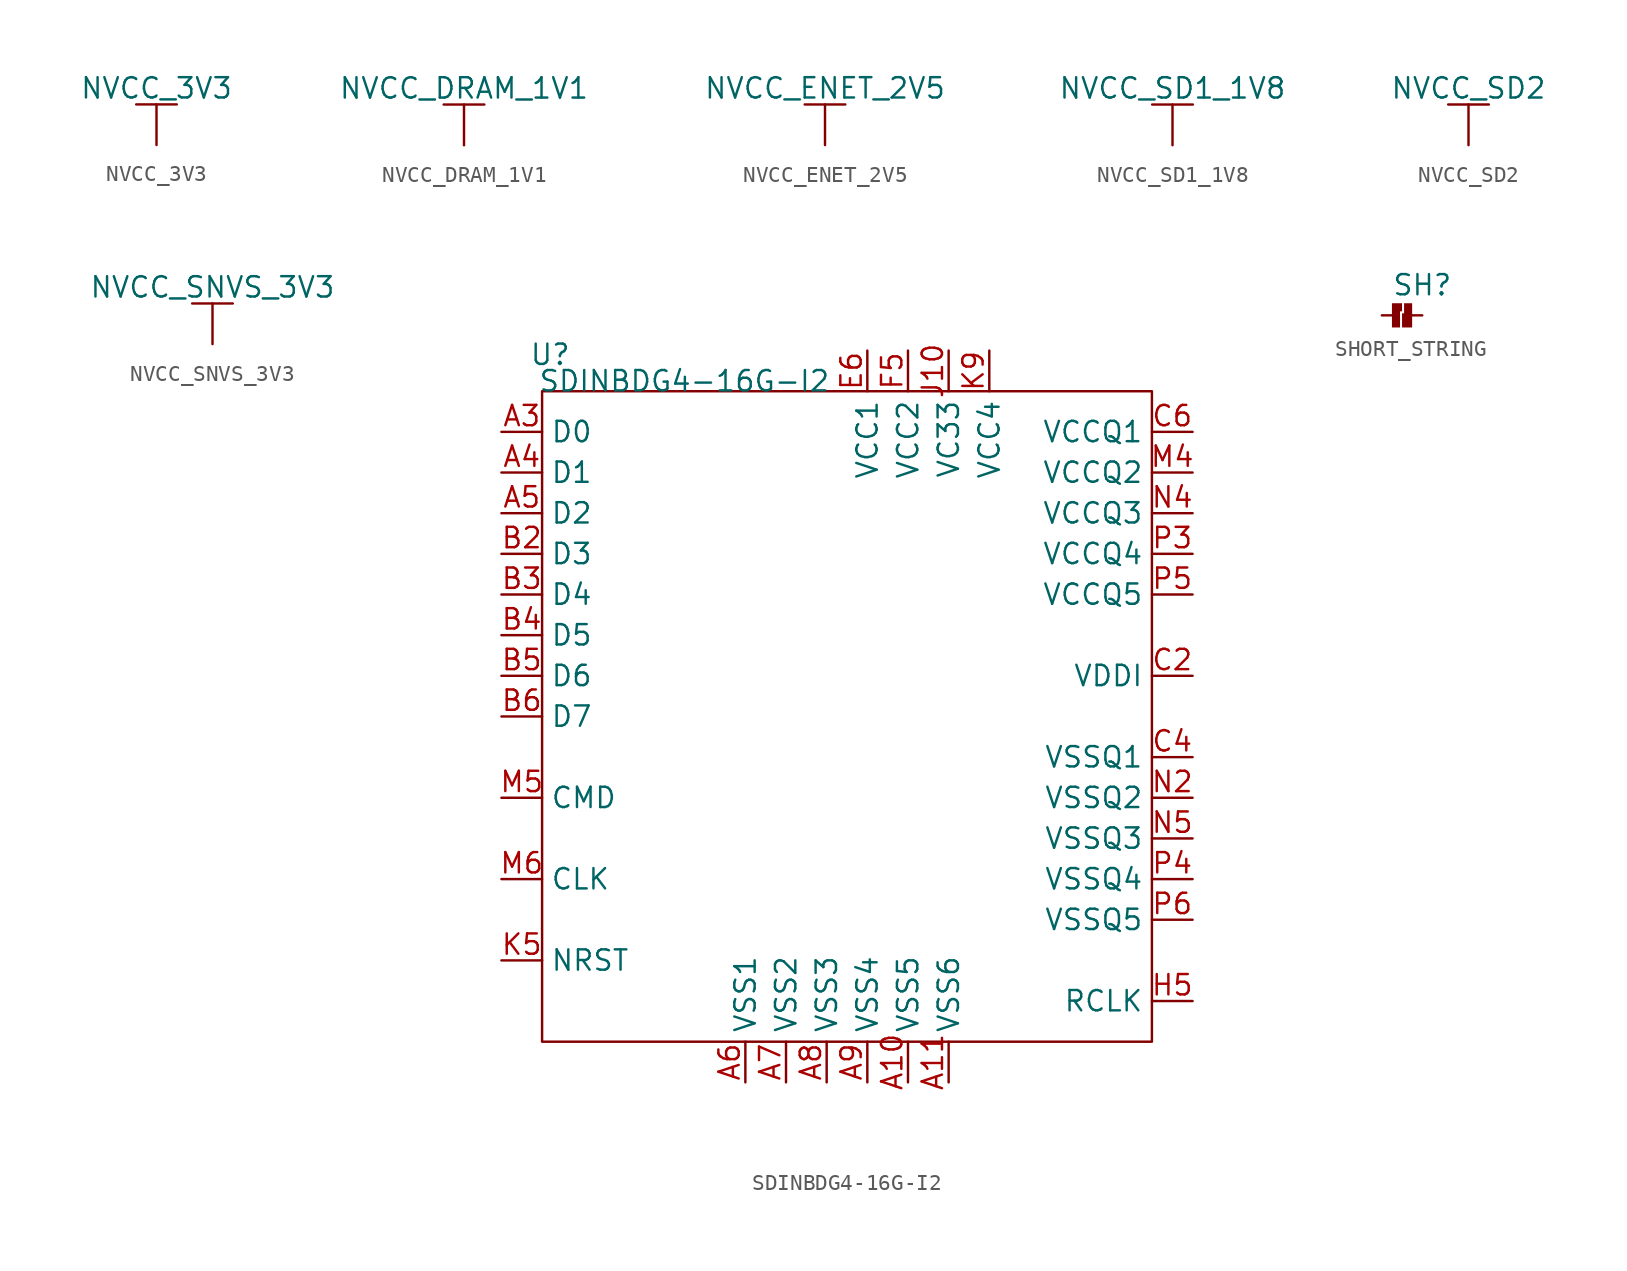
<source format=kicad_sym>
(kicad_symbol_lib
  (version 20230620)
  (generator kicad_symbol_editor)
  (symbol "NVCC_3V3"
    (power)
    (pin_numbers hide)
    (pin_names
      (offset 0) hide)
    (property "Reference" "#PWR"
      (at 0 -1.27 0)
      (effects (font (size 1.27 1.27)) hide))
    (property "Value" "NVCC_3V3"
      (at 0 3.556 0)
      (effects (font (size 1.27 1.27))))
    (symbol "NVCC_3V3_0_1"
      (polyline (pts (xy 0 0) (xy 0 2.54)) (stroke (width 0) (type default)) (fill (type none)))
      (polyline (pts (xy 1.27 2.54) (xy -1.27 2.54)) (stroke (width 0) (type default)) (fill (type none))))
    (symbol "NVCC_3V3_1_1"
      (pin power_in line (at 0 0 90) (length 0) hide (name "NVCC_3V3" (effects (font (size 1.27 1.27)))) (number "1" (effects (font (size 1.27 1.27)))))))
  (symbol "NVCC_DRAM_1V1"
    (power)
    (pin_numbers hide)
    (pin_names
      (offset 0) hide)
    (property "Reference" "#PWR"
      (at 0 -1.27 0)
      (effects (font (size 1.27 1.27)) hide))
    (property "Value" "NVCC_DRAM_1V1"
      (at 0 3.556 0)
      (effects (font (size 1.27 1.27))))
    (symbol "NVCC_DRAM_1V1_0_1"
      (polyline (pts (xy 0 0) (xy 0 2.54)) (stroke (width 0) (type default)) (fill (type none)))
      (polyline (pts (xy 1.27 2.54) (xy -1.27 2.54)) (stroke (width 0) (type default)) (fill (type none))))
    (symbol "NVCC_DRAM_1V1_1_1"
      (pin power_in line (at 0 0 90) (length 0) hide (name "NVCC_DRAM_1V1" (effects (font (size 1.27 1.27)))) (number "1" (effects (font (size 1.27 1.27)))))))
  (symbol "NVCC_ENET_2V5"
    (power)
    (pin_numbers hide)
    (pin_names
      (offset 0) hide)
    (property "Reference" "#PWR"
      (at 0 -1.27 0)
      (effects (font (size 1.27 1.27)) hide))
    (property "Value" "NVCC_ENET_2V5"
      (at 0 3.556 0)
      (effects (font (size 1.27 1.27))))
    (symbol "NVCC_ENET_2V5_0_1"
      (polyline (pts (xy 0 0) (xy 0 2.54)) (stroke (width 0) (type default)) (fill (type none)))
      (polyline (pts (xy 1.27 2.54) (xy -1.27 2.54)) (stroke (width 0) (type default)) (fill (type none))))
    (symbol "NVCC_ENET_2V5_1_1"
      (pin power_in line (at 0 0 90) (length 0) hide (name "NVCC_ENET_2V5" (effects (font (size 1.27 1.27)))) (number "1" (effects (font (size 1.27 1.27)))))))
  (symbol "NVCC_SD1_1V8"
    (power)
    (pin_numbers hide)
    (pin_names
      (offset 0) hide)
    (property "Reference" "#PWR"
      (at 0 -1.27 0)
      (effects (font (size 1.27 1.27)) hide))
    (property "Value" "NVCC_SD1_1V8"
      (at 0 3.556 0)
      (effects (font (size 1.27 1.27))))
    (symbol "NVCC_SD1_1V8_0_1"
      (polyline (pts (xy 0 0) (xy 0 2.54)) (stroke (width 0) (type default)) (fill (type none)))
      (polyline (pts (xy 1.27 2.54) (xy -1.27 2.54)) (stroke (width 0) (type default)) (fill (type none))))
    (symbol "NVCC_SD1_1V8_1_1"
      (pin power_in line (at 0 0 90) (length 0) hide (name "NVCC_SD1_1V8" (effects (font (size 1.27 1.27)))) (number "1" (effects (font (size 1.27 1.27)))))))
  (symbol "NVCC_SD2"
    (power)
    (pin_numbers hide)
    (pin_names
      (offset 0) hide)
    (property "Reference" "#PWR"
      (at 0 -1.27 0)
      (effects (font (size 1.27 1.27)) hide))
    (property "Value" "NVCC_SD2"
      (at 0 3.556 0)
      (effects (font (size 1.27 1.27))))
    (symbol "NVCC_SD2_0_1"
      (polyline (pts (xy 0 0) (xy 0 2.54)) (stroke (width 0) (type default)) (fill (type none)))
      (polyline (pts (xy 1.27 2.54) (xy -1.27 2.54)) (stroke (width 0) (type default)) (fill (type none))))
    (symbol "NVCC_SD2_1_1"
      (pin power_in line (at 0 0 90) (length 0) hide (name "NVCC_SD2" (effects (font (size 1.27 1.27)))) (number "1" (effects (font (size 1.27 1.27)))))))
  (symbol "NVCC_SNVS_3V3"
    (power)
    (pin_numbers hide)
    (pin_names
      (offset 0) hide)
    (property "Reference" "#PWR"
      (at 0 -1.27 0)
      (effects (font (size 1.27 1.27)) hide))
    (property "Value" "NVCC_SNVS_3V3"
      (at 0 3.556 0)
      (effects (font (size 1.27 1.27))))
    (symbol "NVCC_SNVS_3V3_0_1"
      (polyline (pts (xy 0 0) (xy 0 2.54)) (stroke (width 0) (type default)) (fill (type none)))
      (polyline (pts (xy 1.27 2.54) (xy -1.27 2.54)) (stroke (width 0) (type default)) (fill (type none))))
    (symbol "NVCC_SNVS_3V3_1_1"
      (pin power_in line (at 0 0 90) (length 0) hide (name "NVCC_SNVS_3V3" (effects (font (size 1.27 1.27)))) (number "1" (effects (font (size 1.27 1.27)))))))
  (symbol "SDINBDG4-16G-I2"
    (property "Reference" "U"
      (at 0.508 2.286 0)
      (effects (font (size 1.27 1.27))))
    (property "Value" "SDINBDG4-16G-I2"
      (at 8.89 0.635 0)
      (effects (font (size 1.27 1.27))))
    (symbol "SDINBDG4-16G-I2_1_1"
      (rectangle (start 0 0) (end 38.1 -40.64) (stroke (width 0) (type default)) (fill (type none)))
      (pin passive line (at 22.86 -43.18 90) (length 2.54) (name "VSS5" (effects (font (size 1.27 1.27)))) (number "A10" (effects (font (size 1.27 1.27)))))
      (pin passive line (at 25.4 -43.18 90) (length 2.54) (name "VSS6" (effects (font (size 1.27 1.27)))) (number "A11" (effects (font (size 1.27 1.27)))))
      (pin passive line (at -2.54 -2.54 0) (length 2.54) (name "D0" (effects (font (size 1.27 1.27)))) (number "A3" (effects (font (size 1.27 1.27)))))
      (pin passive line (at -2.54 -5.08 0) (length 2.54) (name "D1" (effects (font (size 1.27 1.27)))) (number "A4" (effects (font (size 1.27 1.27)))))
      (pin passive line (at -2.54 -7.62 0) (length 2.54) (name "D2" (effects (font (size 1.27 1.27)))) (number "A5" (effects (font (size 1.27 1.27)))))
      (pin passive line (at 12.7 -43.18 90) (length 2.54) (name "VSS1" (effects (font (size 1.27 1.27)))) (number "A6" (effects (font (size 1.27 1.27)))))
      (pin passive line (at 15.24 -43.18 90) (length 2.54) (name "VSS2" (effects (font (size 1.27 1.27)))) (number "A7" (effects (font (size 1.27 1.27)))))
      (pin passive line (at 17.78 -43.18 90) (length 2.54) (name "VSS3" (effects (font (size 1.27 1.27)))) (number "A8" (effects (font (size 1.27 1.27)))))
      (pin passive line (at 20.32 -43.18 90) (length 2.54) (name "VSS4" (effects (font (size 1.27 1.27)))) (number "A9" (effects (font (size 1.27 1.27)))))
      (pin passive line (at -2.54 -10.16 0) (length 2.54) (name "D3" (effects (font (size 1.27 1.27)))) (number "B2" (effects (font (size 1.27 1.27)))))
      (pin passive line (at -2.54 -12.7 0) (length 2.54) (name "D4" (effects (font (size 1.27 1.27)))) (number "B3" (effects (font (size 1.27 1.27)))))
      (pin passive line (at -2.54 -15.24 0) (length 2.54) (name "D5" (effects (font (size 1.27 1.27)))) (number "B4" (effects (font (size 1.27 1.27)))))
      (pin passive line (at -2.54 -17.78 0) (length 2.54) (name "D6" (effects (font (size 1.27 1.27)))) (number "B5" (effects (font (size 1.27 1.27)))))
      (pin passive line (at -2.54 -20.32 0) (length 2.54) (name "D7" (effects (font (size 1.27 1.27)))) (number "B6" (effects (font (size 1.27 1.27)))))
      (pin passive line (at 40.64 -17.78 180) (length 2.54) (name "VDDI" (effects (font (size 1.27 1.27)))) (number "C2" (effects (font (size 1.27 1.27)))))
      (pin passive line (at 40.64 -22.86 180) (length 2.54) (name "VSSQ1" (effects (font (size 1.27 1.27)))) (number "C4" (effects (font (size 1.27 1.27)))))
      (pin passive line (at 40.64 -2.54 180) (length 2.54) (name "VCCQ1" (effects (font (size 1.27 1.27)))) (number "C6" (effects (font (size 1.27 1.27)))))
      (pin passive line (at 20.32 2.54 270) (length 2.54) (name "VCC1" (effects (font (size 1.27 1.27)))) (number "E6" (effects (font (size 1.27 1.27)))))
      (pin passive line (at 22.86 2.54 270) (length 2.54) (name "VCC2" (effects (font (size 1.27 1.27)))) (number "F5" (effects (font (size 1.27 1.27)))))
      (pin passive line (at 40.64 -38.1 180) (length 2.54) (name "RCLK" (effects (font (size 1.27 1.27)))) (number "H5" (effects (font (size 1.27 1.27)))))
      (pin passive line (at 25.4 2.54 270) (length 2.54) (name "VC33" (effects (font (size 1.27 1.27)))) (number "J10" (effects (font (size 1.27 1.27)))))
      (pin passive line (at -2.54 -35.56 0) (length 2.54) (name "NRST" (effects (font (size 1.27 1.27)))) (number "K5" (effects (font (size 1.27 1.27)))))
      (pin passive line (at 27.94 2.54 270) (length 2.54) (name "VCC4" (effects (font (size 1.27 1.27)))) (number "K9" (effects (font (size 1.27 1.27)))))
      (pin passive line (at 40.64 -5.08 180) (length 2.54) (name "VCCQ2" (effects (font (size 1.27 1.27)))) (number "M4" (effects (font (size 1.27 1.27)))))
      (pin passive line (at -2.54 -25.4 0) (length 2.54) (name "CMD" (effects (font (size 1.27 1.27)))) (number "M5" (effects (font (size 1.27 1.27)))))
      (pin passive line (at -2.54 -30.48 0) (length 2.54) (name "CLK" (effects (font (size 1.27 1.27)))) (number "M6" (effects (font (size 1.27 1.27)))))
      (pin passive line (at 40.64 -25.4 180) (length 2.54) (name "VSSQ2" (effects (font (size 1.27 1.27)))) (number "N2" (effects (font (size 1.27 1.27)))))
      (pin passive line (at 40.64 -7.62 180) (length 2.54) (name "VCCQ3" (effects (font (size 1.27 1.27)))) (number "N4" (effects (font (size 1.27 1.27)))))
      (pin passive line (at 40.64 -27.94 180) (length 2.54) (name "VSSQ3" (effects (font (size 1.27 1.27)))) (number "N5" (effects (font (size 1.27 1.27)))))
      (pin passive line (at 40.64 -10.16 180) (length 2.54) (name "VCCQ4" (effects (font (size 1.27 1.27)))) (number "P3" (effects (font (size 1.27 1.27)))))
      (pin passive line (at 40.64 -30.48 180) (length 2.54) (name "VSSQ4" (effects (font (size 1.27 1.27)))) (number "P4" (effects (font (size 1.27 1.27)))))
      (pin passive line (at 40.64 -12.7 180) (length 2.54) (name "VCCQ5" (effects (font (size 1.27 1.27)))) (number "P5" (effects (font (size 1.27 1.27)))))
      (pin passive line (at 40.64 -33.02 180) (length 2.54) (name "VSSQ5" (effects (font (size 1.27 1.27)))) (number "P6" (effects (font (size 1.27 1.27)))))))
  (symbol "SHORT_STRING"
    (pin_numbers hide)
    (pin_names hide)
    (property "Reference" "SH"
      (at 2.54 1.905 0)
      (effects (font (size 1.27 1.27))))
    (property "Value" ""
      (at 2.54 0 0)
      (effects (font (size 1.27 1.27))))
    (symbol "SHORT_STRING_1_1"
      (polyline (pts (xy 1.905 0.762) (xy 1.905 -0.762) (xy 1.27 -0.762) (xy 1.27 0.127) (xy 1.397 0.127) (xy 1.397 0.762) (xy 1.905 0.762)) (stroke (width -0.0001) (type default)) (fill (type outline)))
      (polyline (pts (xy 1.27 0.762) (xy 1.27 0.762) (xy 1.27 0.254) (xy 1.143 0.254) (xy 1.143 -0.762) (xy 0.635 -0.762) (xy 0.635 0.762) (xy 1.27 0.762)) (stroke (width -0.0001) (type default)) (fill (type outline)))
      (pin input line (at 0 0 0) (length 0.635) (name "1" (effects (font (size 1.27 1.27)))) (number "1" (effects (font (size 1.27 1.27)))))
      (pin input line (at 2.54 0 180) (length 0.635) (name "2" (effects (font (size 1.27 1.27)))) (number "2" (effects (font (size 1.27 1.27))))))))
</source>
